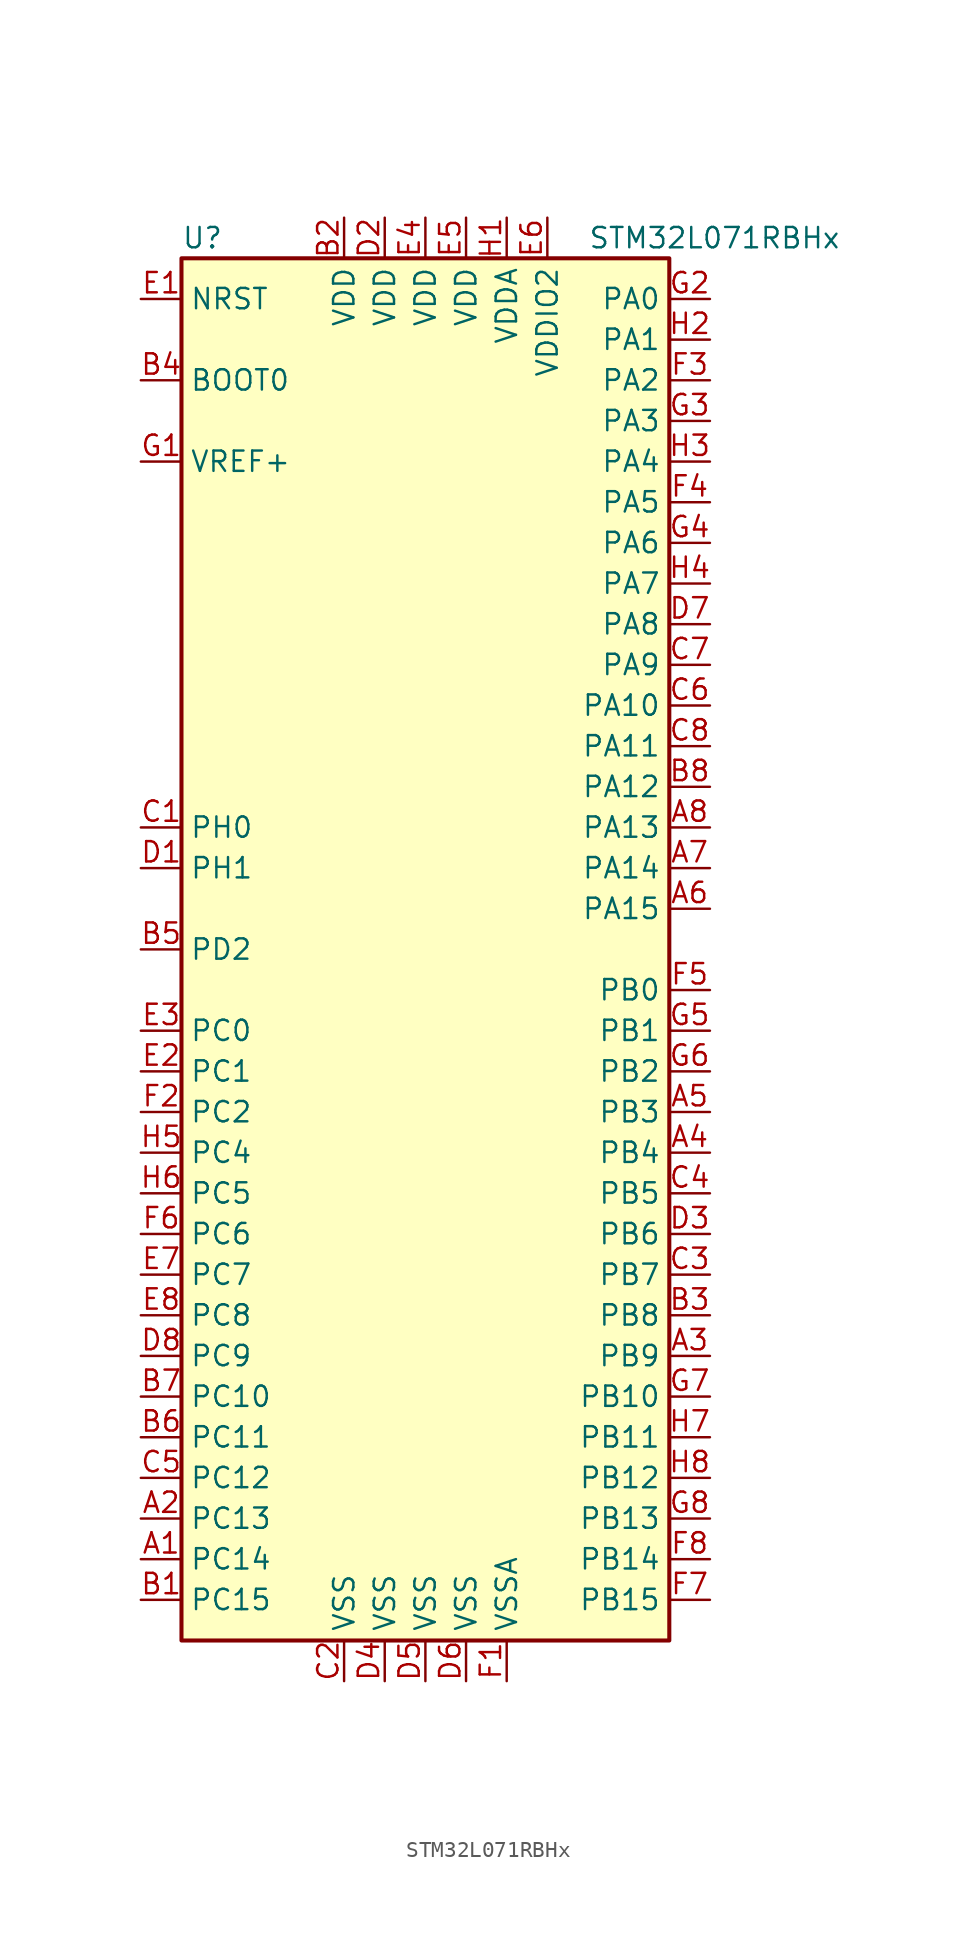
<source format=kicad_sym>
(kicad_symbol_lib
  (version 20201005)
  (generator kicad_symbol_editor)
  (symbol "MCU_ST_STM32L0:STM32L071RBHx"
    (property "Reference" "U"
      (at -15.24 44.45 0)
      (effects (font (size 1.27 1.27)) (justify left)))
    (property "Value" "STM32L071RBHx"
      (at 10.16 44.45 0)
      (effects (font (size 1.27 1.27)) (justify left)))
    (symbol "STM32L071RBHx_0_1"
      (rectangle (start -15.24 -43.18) (end 15.24 43.18) (stroke (width 0.254)) (fill (type background))))
    (symbol "STM32L071RBHx_1_1"
      (pin input line (at -17.78 35.56 0) (length 2.54) (name "BOOT0" (effects (font (size 1.27 1.27)))) (number "B4" (effects (font (size 1.27 1.27)))))
      (pin input line (at -17.78 40.64 0) (length 2.54) (name "NRST" (effects (font (size 1.27 1.27)))) (number "E1" (effects (font (size 1.27 1.27)))))
      (pin bidirectional line (at 17.78 40.64 180) (length 2.54) (name "PA0" (effects (font (size 1.27 1.27)))) (number "G2" (effects (font (size 1.27 1.27)))))
      (pin bidirectional line (at 17.78 38.1 180) (length 2.54) (name "PA1" (effects (font (size 1.27 1.27)))) (number "H2" (effects (font (size 1.27 1.27)))))
      (pin bidirectional line (at 17.78 15.24 180) (length 2.54) (name "PA10" (effects (font (size 1.27 1.27)))) (number "C6" (effects (font (size 1.27 1.27)))))
      (pin bidirectional line (at 17.78 12.7 180) (length 2.54) (name "PA11" (effects (font (size 1.27 1.27)))) (number "C8" (effects (font (size 1.27 1.27)))))
      (pin bidirectional line (at 17.78 10.16 180) (length 2.54) (name "PA12" (effects (font (size 1.27 1.27)))) (number "B8" (effects (font (size 1.27 1.27)))))
      (pin bidirectional line (at 17.78 7.62 180) (length 2.54) (name "PA13" (effects (font (size 1.27 1.27)))) (number "A8" (effects (font (size 1.27 1.27)))))
      (pin bidirectional line (at 17.78 5.08 180) (length 2.54) (name "PA14" (effects (font (size 1.27 1.27)))) (number "A7" (effects (font (size 1.27 1.27)))))
      (pin bidirectional line (at 17.78 2.54 180) (length 2.54) (name "PA15" (effects (font (size 1.27 1.27)))) (number "A6" (effects (font (size 1.27 1.27)))))
      (pin bidirectional line (at 17.78 35.56 180) (length 2.54) (name "PA2" (effects (font (size 1.27 1.27)))) (number "F3" (effects (font (size 1.27 1.27)))))
      (pin bidirectional line (at 17.78 33.02 180) (length 2.54) (name "PA3" (effects (font (size 1.27 1.27)))) (number "G3" (effects (font (size 1.27 1.27)))))
      (pin bidirectional line (at 17.78 30.48 180) (length 2.54) (name "PA4" (effects (font (size 1.27 1.27)))) (number "H3" (effects (font (size 1.27 1.27)))))
      (pin bidirectional line (at 17.78 27.94 180) (length 2.54) (name "PA5" (effects (font (size 1.27 1.27)))) (number "F4" (effects (font (size 1.27 1.27)))))
      (pin bidirectional line (at 17.78 25.4 180) (length 2.54) (name "PA6" (effects (font (size 1.27 1.27)))) (number "G4" (effects (font (size 1.27 1.27)))))
      (pin bidirectional line (at 17.78 22.86 180) (length 2.54) (name "PA7" (effects (font (size 1.27 1.27)))) (number "H4" (effects (font (size 1.27 1.27)))))
      (pin bidirectional line (at 17.78 20.32 180) (length 2.54) (name "PA8" (effects (font (size 1.27 1.27)))) (number "D7" (effects (font (size 1.27 1.27)))))
      (pin bidirectional line (at 17.78 17.78 180) (length 2.54) (name "PA9" (effects (font (size 1.27 1.27)))) (number "C7" (effects (font (size 1.27 1.27)))))
      (pin bidirectional line (at 17.78 -2.54 180) (length 2.54) (name "PB0" (effects (font (size 1.27 1.27)))) (number "F5" (effects (font (size 1.27 1.27)))))
      (pin bidirectional line (at 17.78 -5.08 180) (length 2.54) (name "PB1" (effects (font (size 1.27 1.27)))) (number "G5" (effects (font (size 1.27 1.27)))))
      (pin bidirectional line (at 17.78 -27.94 180) (length 2.54) (name "PB10" (effects (font (size 1.27 1.27)))) (number "G7" (effects (font (size 1.27 1.27)))))
      (pin bidirectional line (at 17.78 -30.48 180) (length 2.54) (name "PB11" (effects (font (size 1.27 1.27)))) (number "H7" (effects (font (size 1.27 1.27)))))
      (pin bidirectional line (at 17.78 -33.02 180) (length 2.54) (name "PB12" (effects (font (size 1.27 1.27)))) (number "H8" (effects (font (size 1.27 1.27)))))
      (pin bidirectional line (at 17.78 -35.56 180) (length 2.54) (name "PB13" (effects (font (size 1.27 1.27)))) (number "G8" (effects (font (size 1.27 1.27)))))
      (pin bidirectional line (at 17.78 -38.1 180) (length 2.54) (name "PB14" (effects (font (size 1.27 1.27)))) (number "F8" (effects (font (size 1.27 1.27)))))
      (pin bidirectional line (at 17.78 -40.64 180) (length 2.54) (name "PB15" (effects (font (size 1.27 1.27)))) (number "F7" (effects (font (size 1.27 1.27)))))
      (pin bidirectional line (at 17.78 -7.62 180) (length 2.54) (name "PB2" (effects (font (size 1.27 1.27)))) (number "G6" (effects (font (size 1.27 1.27)))))
      (pin bidirectional line (at 17.78 -10.16 180) (length 2.54) (name "PB3" (effects (font (size 1.27 1.27)))) (number "A5" (effects (font (size 1.27 1.27)))))
      (pin bidirectional line (at 17.78 -12.7 180) (length 2.54) (name "PB4" (effects (font (size 1.27 1.27)))) (number "A4" (effects (font (size 1.27 1.27)))))
      (pin bidirectional line (at 17.78 -15.24 180) (length 2.54) (name "PB5" (effects (font (size 1.27 1.27)))) (number "C4" (effects (font (size 1.27 1.27)))))
      (pin bidirectional line (at 17.78 -17.78 180) (length 2.54) (name "PB6" (effects (font (size 1.27 1.27)))) (number "D3" (effects (font (size 1.27 1.27)))))
      (pin bidirectional line (at 17.78 -20.32 180) (length 2.54) (name "PB7" (effects (font (size 1.27 1.27)))) (number "C3" (effects (font (size 1.27 1.27)))))
      (pin bidirectional line (at 17.78 -22.86 180) (length 2.54) (name "PB8" (effects (font (size 1.27 1.27)))) (number "B3" (effects (font (size 1.27 1.27)))))
      (pin bidirectional line (at 17.78 -25.4 180) (length 2.54) (name "PB9" (effects (font (size 1.27 1.27)))) (number "A3" (effects (font (size 1.27 1.27)))))
      (pin bidirectional line (at -17.78 -5.08 0) (length 2.54) (name "PC0" (effects (font (size 1.27 1.27)))) (number "E3" (effects (font (size 1.27 1.27)))))
      (pin bidirectional line (at -17.78 -7.62 0) (length 2.54) (name "PC1" (effects (font (size 1.27 1.27)))) (number "E2" (effects (font (size 1.27 1.27)))))
      (pin bidirectional line (at -17.78 -27.94 0) (length 2.54) (name "PC10" (effects (font (size 1.27 1.27)))) (number "B7" (effects (font (size 1.27 1.27)))))
      (pin bidirectional line (at -17.78 -30.48 0) (length 2.54) (name "PC11" (effects (font (size 1.27 1.27)))) (number "B6" (effects (font (size 1.27 1.27)))))
      (pin bidirectional line (at -17.78 -33.02 0) (length 2.54) (name "PC12" (effects (font (size 1.27 1.27)))) (number "C5" (effects (font (size 1.27 1.27)))))
      (pin bidirectional line (at -17.78 -35.56 0) (length 2.54) (name "PC13" (effects (font (size 1.27 1.27)))) (number "A2" (effects (font (size 1.27 1.27)))))
      (pin bidirectional line (at -17.78 -38.1 0) (length 2.54) (name "PC14" (effects (font (size 1.27 1.27)))) (number "A1" (effects (font (size 1.27 1.27)))))
      (pin bidirectional line (at -17.78 -40.64 0) (length 2.54) (name "PC15" (effects (font (size 1.27 1.27)))) (number "B1" (effects (font (size 1.27 1.27)))))
      (pin bidirectional line (at -17.78 -10.16 0) (length 2.54) (name "PC2" (effects (font (size 1.27 1.27)))) (number "F2" (effects (font (size 1.27 1.27)))))
      (pin bidirectional line (at -17.78 -12.7 0) (length 2.54) (name "PC4" (effects (font (size 1.27 1.27)))) (number "H5" (effects (font (size 1.27 1.27)))))
      (pin bidirectional line (at -17.78 -15.24 0) (length 2.54) (name "PC5" (effects (font (size 1.27 1.27)))) (number "H6" (effects (font (size 1.27 1.27)))))
      (pin bidirectional line (at -17.78 -17.78 0) (length 2.54) (name "PC6" (effects (font (size 1.27 1.27)))) (number "F6" (effects (font (size 1.27 1.27)))))
      (pin bidirectional line (at -17.78 -20.32 0) (length 2.54) (name "PC7" (effects (font (size 1.27 1.27)))) (number "E7" (effects (font (size 1.27 1.27)))))
      (pin bidirectional line (at -17.78 -22.86 0) (length 2.54) (name "PC8" (effects (font (size 1.27 1.27)))) (number "E8" (effects (font (size 1.27 1.27)))))
      (pin bidirectional line (at -17.78 -25.4 0) (length 2.54) (name "PC9" (effects (font (size 1.27 1.27)))) (number "D8" (effects (font (size 1.27 1.27)))))
      (pin bidirectional line (at -17.78 0 0) (length 2.54) (name "PD2" (effects (font (size 1.27 1.27)))) (number "B5" (effects (font (size 1.27 1.27)))))
      (pin input line (at -17.78 7.62 0) (length 2.54) (name "PH0" (effects (font (size 1.27 1.27)))) (number "C1" (effects (font (size 1.27 1.27)))))
      (pin input line (at -17.78 5.08 0) (length 2.54) (name "PH1" (effects (font (size 1.27 1.27)))) (number "D1" (effects (font (size 1.27 1.27)))))
      (pin power_in line (at -5.08 45.72 270) (length 2.54) (name "VDD" (effects (font (size 1.27 1.27)))) (number "B2" (effects (font (size 1.27 1.27)))))
      (pin power_in line (at -2.54 45.72 270) (length 2.54) (name "VDD" (effects (font (size 1.27 1.27)))) (number "D2" (effects (font (size 1.27 1.27)))))
      (pin power_in line (at 0 45.72 270) (length 2.54) (name "VDD" (effects (font (size 1.27 1.27)))) (number "E4" (effects (font (size 1.27 1.27)))))
      (pin power_in line (at 2.54 45.72 270) (length 2.54) (name "VDD" (effects (font (size 1.27 1.27)))) (number "E5" (effects (font (size 1.27 1.27)))))
      (pin power_in line (at 5.08 45.72 270) (length 2.54) (name "VDDA" (effects (font (size 1.27 1.27)))) (number "H1" (effects (font (size 1.27 1.27)))))
      (pin power_in line (at 7.62 45.72 270) (length 2.54) (name "VDDIO2" (effects (font (size 1.27 1.27)))) (number "E6" (effects (font (size 1.27 1.27)))))
      (pin power_in line (at -17.78 30.48 0) (length 2.54) (name "VREF+" (effects (font (size 1.27 1.27)))) (number "G1" (effects (font (size 1.27 1.27)))))
      (pin power_in line (at -5.08 -45.72 90) (length 2.54) (name "VSS" (effects (font (size 1.27 1.27)))) (number "C2" (effects (font (size 1.27 1.27)))))
      (pin power_in line (at -2.54 -45.72 90) (length 2.54) (name "VSS" (effects (font (size 1.27 1.27)))) (number "D4" (effects (font (size 1.27 1.27)))))
      (pin power_in line (at 0 -45.72 90) (length 2.54) (name "VSS" (effects (font (size 1.27 1.27)))) (number "D5" (effects (font (size 1.27 1.27)))))
      (pin power_in line (at 2.54 -45.72 90) (length 2.54) (name "VSS" (effects (font (size 1.27 1.27)))) (number "D6" (effects (font (size 1.27 1.27)))))
      (pin power_in line (at 5.08 -45.72 90) (length 2.54) (name "VSSA" (effects (font (size 1.27 1.27)))) (number "F1" (effects (font (size 1.27 1.27))))))))
</source>
